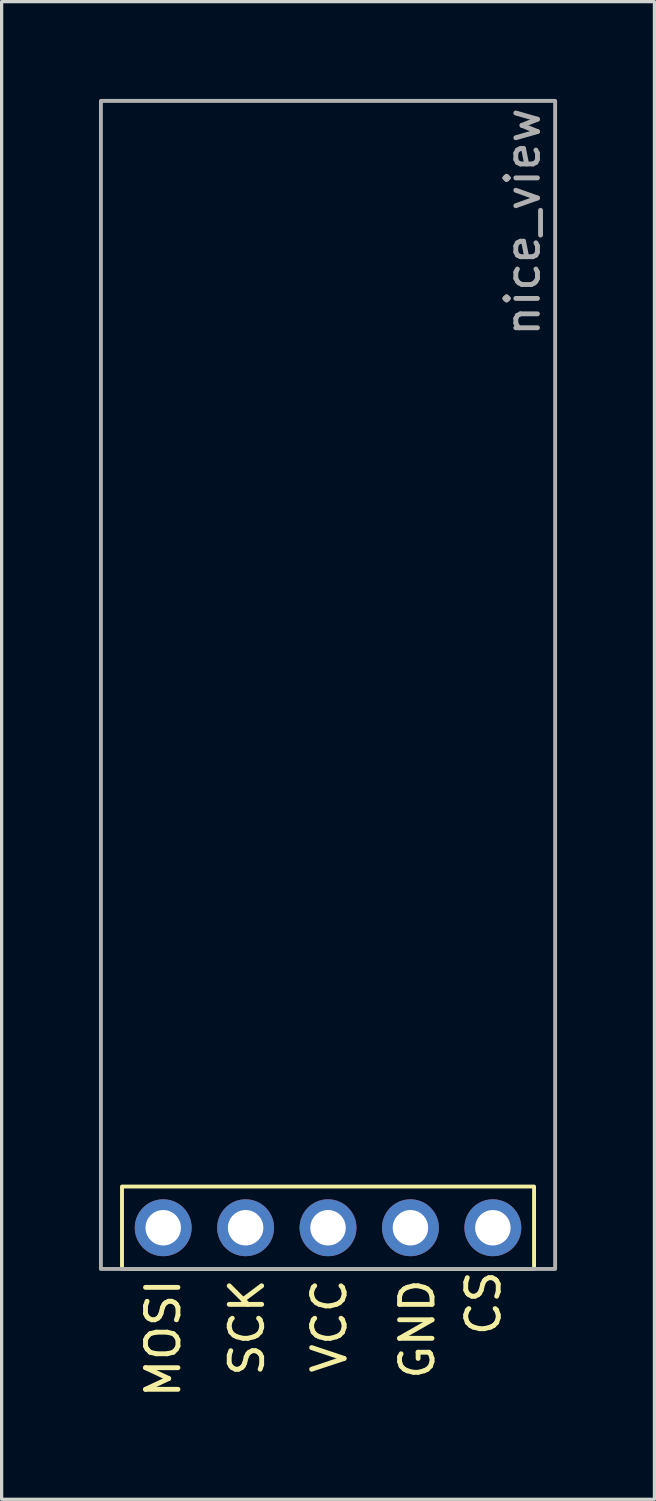
<source format=kicad_pcb>
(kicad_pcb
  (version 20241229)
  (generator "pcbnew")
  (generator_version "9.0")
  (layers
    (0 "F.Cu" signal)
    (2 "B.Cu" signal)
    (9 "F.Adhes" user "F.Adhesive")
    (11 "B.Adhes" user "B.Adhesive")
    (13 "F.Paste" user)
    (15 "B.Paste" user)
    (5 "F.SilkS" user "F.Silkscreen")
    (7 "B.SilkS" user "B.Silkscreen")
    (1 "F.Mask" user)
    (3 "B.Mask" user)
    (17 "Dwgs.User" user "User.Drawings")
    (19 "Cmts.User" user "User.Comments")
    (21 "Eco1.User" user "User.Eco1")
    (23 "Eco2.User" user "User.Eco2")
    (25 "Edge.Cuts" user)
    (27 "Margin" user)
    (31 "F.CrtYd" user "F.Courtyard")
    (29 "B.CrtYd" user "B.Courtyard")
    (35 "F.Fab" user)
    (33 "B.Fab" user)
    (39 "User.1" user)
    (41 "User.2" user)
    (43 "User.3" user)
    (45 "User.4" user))
  (footprint "nice_view"
    (layer "F.Cu")
    (at 7.06 18.28)
    (property "Reference" "nice_view" (at 6 -14.49 90) (unlocked yes) (layer "F.Fab") (effects (font (size 1 1) (thickness 0.15))))
    (attr through_hole)
    (fp_rect (start -6.35 15.24) (end 6.35 17.78) (stroke (width 0.12) (type solid)) (fill no) (layer "F.SilkS"))
    (fp_rect (start 7 17.78) (end -7 -18.22) (stroke (width 0.12) (type solid)) (fill no) (layer "F.Fab"))
    (fp_text user "VCC" (at 0.04 18.01 90) (unlocked yes) (layer "F.SilkS") (effects (font (size 1 1) (thickness 0.15)) (justify right)))
    (fp_text user "GND" (at 2.75 18.01 90) (unlocked yes) (layer "F.SilkS") (effects (font (size 1 1) (thickness 0.15)) (justify right)))
    (fp_text user "SCK" (at -2.5 18.01 90) (unlocked yes) (layer "F.SilkS") (effects (font (size 1 1) (thickness 0.15)) (justify right)))
    (fp_text user "CS" (at 4.79 17.76 90) (unlocked yes) (layer "F.SilkS") (effects (font (size 1 1) (thickness 0.15)) (justify right)))
    (fp_text user "MOSI" (at -5.08 18.01 90) (unlocked yes) (layer "F.SilkS") (effects (font (size 1 1) (thickness 0.15)) (justify right)))
    (pad "1" thru_hole circle (at -5.08 16.51) (size 1.753 1.753) (drill 1.092) (layers "*.Cu" "*.Mask"))
    (pad "2" thru_hole circle (at -2.54 16.51) (size 1.753 1.753) (drill 1.092) (layers "*.Cu" "*.Mask"))
    (pad "3" thru_hole circle (at 0 16.51) (size 1.753 1.753) (drill 1.092) (layers "*.Cu" "*.Mask"))
    (pad "4" thru_hole circle (at 2.54 16.51) (size 1.753 1.753) (drill 1.092) (layers "*.Cu" "*.Mask"))
    (pad "5" thru_hole circle (at 5.08 16.51) (size 1.753 1.753) (drill 1.092) (layers "*.Cu" "*.Mask")))
  (gr_rect
    (start -3 -3)
    (end 17.12 43.159)
    (stroke (width 0.1) (type default))
    (fill no)
    (layer "Edge.Cuts")))
</source>
